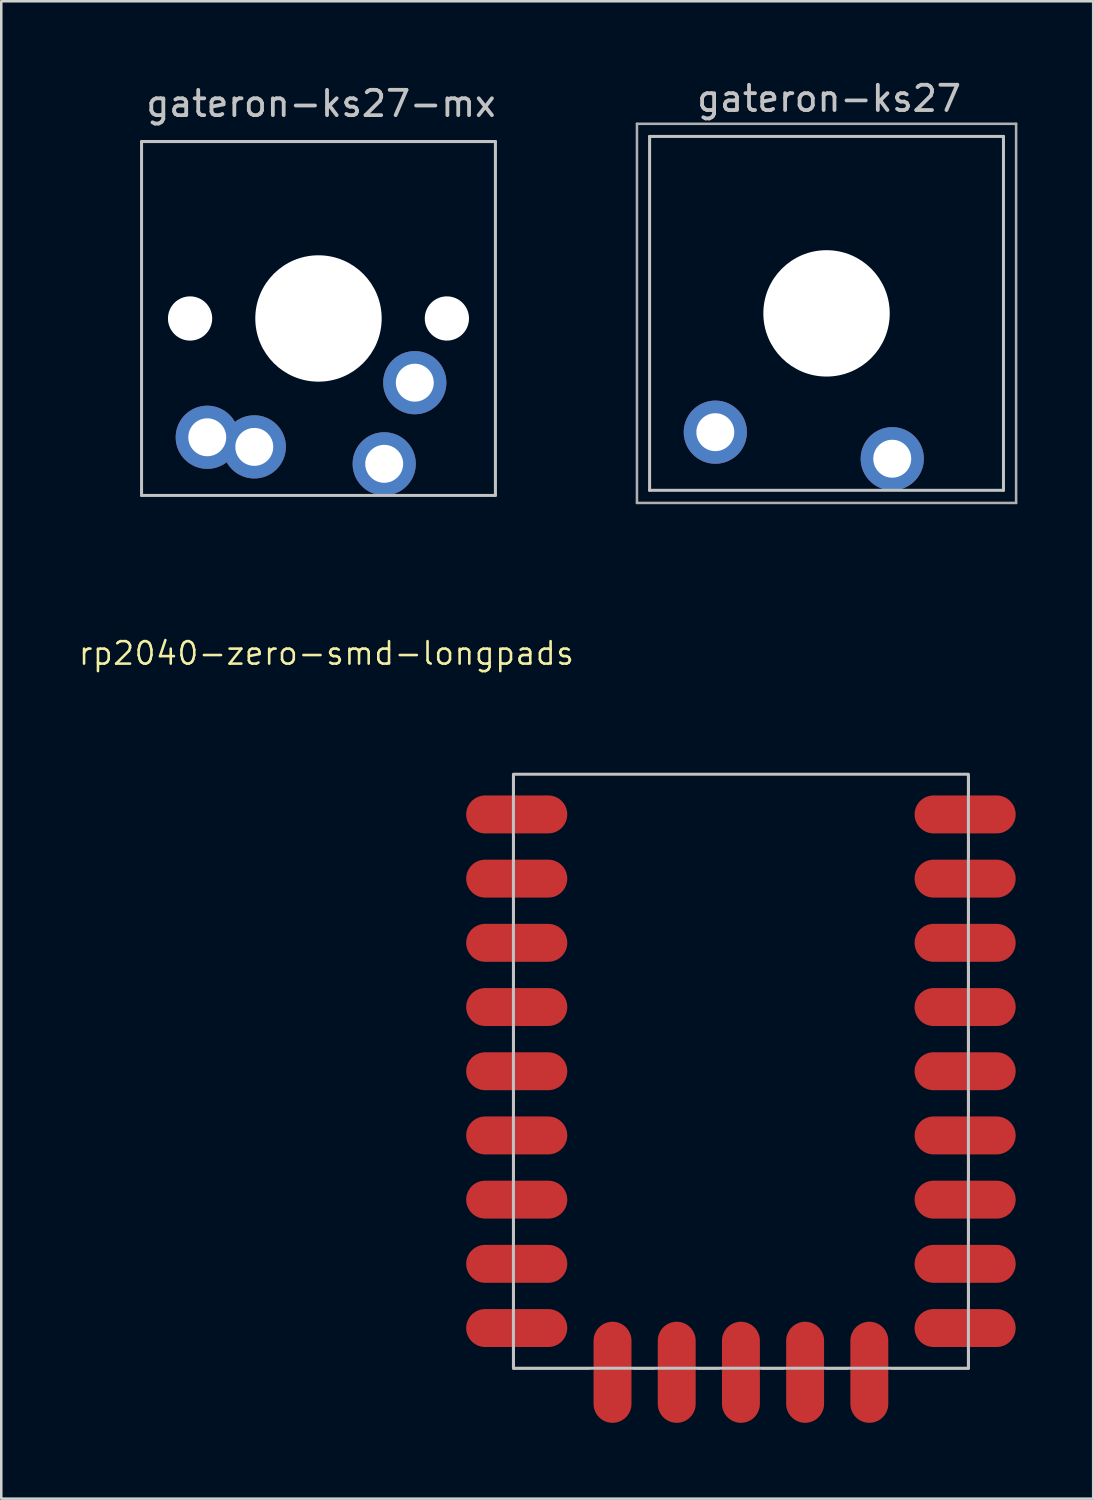
<source format=kicad_pcb>
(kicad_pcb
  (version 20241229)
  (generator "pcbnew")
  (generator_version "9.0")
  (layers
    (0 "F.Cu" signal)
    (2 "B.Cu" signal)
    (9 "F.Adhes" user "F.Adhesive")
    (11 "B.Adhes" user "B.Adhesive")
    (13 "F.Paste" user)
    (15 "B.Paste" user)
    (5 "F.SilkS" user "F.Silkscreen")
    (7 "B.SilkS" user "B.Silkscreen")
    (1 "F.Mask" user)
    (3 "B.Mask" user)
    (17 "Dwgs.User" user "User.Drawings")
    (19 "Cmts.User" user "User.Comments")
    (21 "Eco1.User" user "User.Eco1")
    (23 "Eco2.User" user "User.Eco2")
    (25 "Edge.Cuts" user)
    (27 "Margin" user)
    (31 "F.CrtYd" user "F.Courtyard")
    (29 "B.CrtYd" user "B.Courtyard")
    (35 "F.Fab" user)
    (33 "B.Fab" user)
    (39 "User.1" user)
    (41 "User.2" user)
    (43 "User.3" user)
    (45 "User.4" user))
  (footprint "gateron-ks27"
    (layer "F.Cu")
    (at 29.65 9.348)
    (property "Reference" "gateron-ks27" (at 0.1 -8.5 0) (unlocked yes) (layer "Dwgs.User") (effects (font (size 1 1) (thickness 0.15))))
    (attr through_hole)
    (fp_line (start -7 -7) (end -7 7) (stroke (width 0.12) (type solid)) (layer "Dwgs.User"))
    (fp_line (start -7 7) (end 7 7) (stroke (width 0.12) (type solid)) (layer "Dwgs.User"))
    (fp_line (start 7 -7) (end -7 -7) (stroke (width 0.12) (type solid)) (layer "Dwgs.User"))
    (fp_line (start 7 7) (end 7 -7) (stroke (width 0.12) (type solid)) (layer "Dwgs.User"))
    (fp_line (start -3.2 -6.3) (end -3.2 -3.1) (stroke (width 0.12) (type solid)) (layer "Eco2.User"))
    (fp_line (start 1.8 -6.3) (end -3.2 -6.3) (stroke (width 0.12) (type solid)) (layer "Eco2.User"))
    (fp_line (start 1.8 -6.3) (end 1.8 -3.1) (stroke (width 0.12) (type solid)) (layer "Eco2.User"))
    (fp_line (start 1.8 -3.1) (end -3.2 -3.1) (stroke (width 0.12) (type solid)) (layer "Eco2.User"))
    (fp_line (start -7.5 -7.5) (end -7.5 7.5) (stroke (width 0.1) (type solid)) (layer "F.Fab"))
    (fp_line (start -7.5 7.5) (end 7.5 7.5) (stroke (width 0.1) (type solid)) (layer "F.Fab"))
    (fp_line (start 7.5 -7.5) (end -7.5 -7.5) (stroke (width 0.1) (type solid)) (layer "F.Fab"))
    (fp_line (start 7.5 7.5) (end 7.5 -7.5) (stroke (width 0.1) (type solid)) (layer "F.Fab"))
    (pad "" np_thru_hole circle (at 0 0) (size 5 5) (drill 5) (layers "*.Cu" "*.Mask"))
    (pad "1" thru_hole circle (at 2.6 5.75) (size 2.5 2.5) (drill 1.5) (layers "*.Cu" "*.Mask"))
    (pad "2" thru_hole circle (at -4.4 4.7) (size 2.5 2.5) (drill 1.5) (layers "*.Cu" "*.Mask")))
  (footprint "rp2040-zero-smd-longpads"
    (layer "F.Cu")
    (at 26.263 39.331)
    (property "Reference" "rp2040-zero-smd-longpads" (at -16.399 -16.533 0) (layer "F.SilkS") (effects (font (size 0.889 0.889) (thickness 0.102))))
    (attr smd exclude_from_pos_files)
    (fp_line (start -9 -11.62) (end -9 -11) (stroke (width 0.1) (type default)) (layer "F.SilkS"))
    (fp_line (start -9 -9.25) (end -9 -8.5) (stroke (width 0.1) (type default)) (layer "F.SilkS"))
    (fp_line (start -9 -6.75) (end -9 -6) (stroke (width 0.1) (type default)) (layer "F.SilkS"))
    (fp_line (start -9 -4.15) (end -9 -3.4) (stroke (width 0.1) (type default)) (layer "F.SilkS"))
    (fp_line (start -9 -1.575) (end -9 -0.825) (stroke (width 0.1) (type default)) (layer "F.SilkS"))
    (fp_line (start -9 0.85) (end -9 1.6) (stroke (width 0.1) (type default)) (layer "F.SilkS"))
    (fp_line (start -9 3.45) (end -9 4.2) (stroke (width 0.1) (type default)) (layer "F.SilkS"))
    (fp_line (start -9 5.95) (end -9 6.7) (stroke (width 0.1) (type default)) (layer "F.SilkS"))
    (fp_line (start -9 8.55) (end -9 9.3) (stroke (width 0.1) (type default)) (layer "F.SilkS"))
    (fp_line (start -9 11) (end -9 11.75) (stroke (width 0.1) (type default)) (layer "F.SilkS"))
    (fp_line (start -9 11.75) (end -6 11.75) (stroke (width 0.1) (type default)) (layer "F.SilkS"))
    (fp_line (start -4.24 11.75) (end -3.43 11.75) (stroke (width 0.1) (type default)) (layer "F.SilkS"))
    (fp_line (start -1.7 11.75) (end -0.87 11.75) (stroke (width 0.1) (type default)) (layer "F.SilkS"))
    (fp_line (start 0.84 11.75) (end 1.69 11.75) (stroke (width 0.1) (type default)) (layer "F.SilkS"))
    (fp_line (start 3.38 11.75) (end 4.22 11.75) (stroke (width 0.1) (type default)) (layer "F.SilkS"))
    (fp_line (start 9 -11.66) (end 9 -11.02) (stroke (width 0.1) (type default)) (layer "F.SilkS"))
    (fp_line (start 9 -9.25) (end 9 -8.5) (stroke (width 0.1) (type default)) (layer "F.SilkS"))
    (fp_line (start 9 -6.75) (end 9 -6) (stroke (width 0.1) (type default)) (layer "F.SilkS"))
    (fp_line (start 9 -4.15) (end 9 -3.4) (stroke (width 0.1) (type default)) (layer "F.SilkS"))
    (fp_line (start 9 -1.6) (end 9 -0.85) (stroke (width 0.1) (type default)) (layer "F.SilkS"))
    (fp_line (start 9 0.85) (end 9 1.6) (stroke (width 0.1) (type default)) (layer "F.SilkS"))
    (fp_line (start 9 3.45) (end 9 4.2) (stroke (width 0.1) (type default)) (layer "F.SilkS"))
    (fp_line (start 9 5.95) (end 9 6.7) (stroke (width 0.1) (type default)) (layer "F.SilkS"))
    (fp_line (start 9 8.55) (end 9 9.3) (stroke (width 0.1) (type default)) (layer "F.SilkS"))
    (fp_line (start 9 11.05) (end 9 11.75) (stroke (width 0.1) (type default)) (layer "F.SilkS"))
    (fp_line (start 9 11.75) (end 5.96 11.75) (stroke (width 0.1) (type default)) (layer "F.SilkS"))
    (fp_rect (start -9 -11.75) (end 9 11.75) (stroke (width 0.12) (type solid)) (fill no) (layer "Dwgs.User"))
    (pad "1" smd oval (at 8.37 -10.16 180) (size 4 1.5) (drill (offset -0.5 0)) (layers "F.Cu" "F.Mask" "F.Paste"))
    (pad "2" smd oval (at 8.37 -7.62 180) (size 4 1.5) (drill (offset -0.5 0)) (layers "F.Cu" "F.Mask" "F.Paste"))
    (pad "3" smd oval (at 8.37 -5.08 180) (size 4 1.5) (drill (offset -0.5 0)) (layers "F.Cu" "F.Mask" "F.Paste"))
    (pad "4" smd oval (at 8.37 -2.54 180) (size 4 1.5) (drill (offset -0.5 0)) (layers "F.Cu" "F.Mask" "F.Paste"))
    (pad "5" smd oval (at 8.37 0 180) (size 4 1.5) (drill (offset -0.5 0)) (layers "F.Cu" "F.Mask" "F.Paste"))
    (pad "6" smd oval (at 8.37 2.54 180) (size 4 1.5) (drill (offset -0.5 0)) (layers "F.Cu" "F.Mask" "F.Paste"))
    (pad "7" smd oval (at 8.37 5.08 180) (size 4 1.5) (drill (offset -0.5 0)) (layers "F.Cu" "F.Mask" "F.Paste"))
    (pad "8" smd oval (at 8.37 7.62 180) (size 4 1.5) (drill (offset -0.5 0)) (layers "F.Cu" "F.Mask" "F.Paste"))
    (pad "9" smd oval (at 8.37 10.16 180) (size 4 1.5) (drill (offset -0.5 0)) (layers "F.Cu" "F.Mask" "F.Paste"))
    (pad "10" smd oval (at 5.08 11.41 90) (size 4 1.5) (drill (offset -0.5 0)) (layers "F.Cu" "F.Mask" "F.Paste"))
    (pad "11" smd oval (at 2.54 11.41 90) (size 4 1.5) (drill (offset -0.5 0)) (layers "F.Cu" "F.Mask" "F.Paste"))
    (pad "12" smd oval (at 0 11.41 90) (size 4 1.5) (drill (offset -0.5 0)) (layers "F.Cu" "F.Mask" "F.Paste"))
    (pad "13" smd oval (at -2.54 11.41 90) (size 4 1.5) (drill (offset -0.5 0)) (layers "F.Cu" "F.Mask" "F.Paste"))
    (pad "14" smd oval (at -5.08 11.41 90) (size 4 1.5) (drill (offset -0.5 0)) (layers "F.Cu" "F.Mask" "F.Paste"))
    (pad "15" smd oval (at -8.37 10.16) (size 4 1.5) (drill (offset -0.5 0)) (layers "F.Cu" "F.Mask" "F.Paste"))
    (pad "16" smd oval (at -8.37 7.62) (size 4 1.5) (drill (offset -0.5 0)) (layers "F.Cu" "F.Mask" "F.Paste"))
    (pad "17" smd oval (at -8.37 5.08) (size 4 1.5) (drill (offset -0.5 0)) (layers "F.Cu" "F.Mask" "F.Paste"))
    (pad "18" smd oval (at -8.37 2.54) (size 4 1.5) (drill (offset -0.5 0)) (layers "F.Cu" "F.Mask" "F.Paste"))
    (pad "19" smd oval (at -8.37 0) (size 4 1.5) (drill (offset -0.5 0)) (layers "F.Cu" "F.Mask" "F.Paste"))
    (pad "20" smd oval (at -8.37 -2.54) (size 4 1.5) (drill (offset -0.5 0)) (layers "F.Cu" "F.Mask" "F.Paste"))
    (pad "21" smd oval (at -8.37 -5.08) (size 4 1.5) (drill (offset -0.5 0)) (layers "F.Cu" "F.Mask" "F.Paste"))
    (pad "22" smd oval (at -8.37 -7.62) (size 4 1.5) (drill (offset -0.5 0)) (layers "F.Cu" "F.Mask" "F.Paste"))
    (pad "23" smd oval (at -8.37 -10.16) (size 4 1.5) (drill (offset -0.5 0)) (layers "F.Cu" "F.Mask" "F.Paste")))
  (footprint "gateron-ks27-mx"
    (layer "F.Cu")
    (at 9.55 9.55)
    (property "Reference" "gateron-ks27-mx" (at 0.1 -8.5 0) (unlocked yes) (layer "Dwgs.User") (effects (font (size 1 1) (thickness 0.15))))
    (attr through_hole)
    (fp_line (start -7 -7) (end -7 7) (stroke (width 0.12) (type solid)) (layer "Dwgs.User"))
    (fp_line (start -7 7) (end 7 7) (stroke (width 0.12) (type solid)) (layer "Dwgs.User"))
    (fp_line (start 7 -7) (end -7 -7) (stroke (width 0.12) (type solid)) (layer "Dwgs.User"))
    (fp_line (start 7 7) (end 7 -7) (stroke (width 0.12) (type solid)) (layer "Dwgs.User"))
    (fp_line (start -3.2 -6.3) (end -3.2 -3.1) (stroke (width 0.12) (type solid)) (layer "Eco2.User"))
    (fp_line (start 1.8 -6.3) (end -3.2 -6.3) (stroke (width 0.12) (type solid)) (layer "Eco2.User"))
    (fp_line (start 1.8 -6.3) (end 1.8 -3.1) (stroke (width 0.12) (type solid)) (layer "Eco2.User"))
    (fp_line (start 1.8 -3.1) (end -3.2 -3.1) (stroke (width 0.12) (type solid)) (layer "Eco2.User"))
    (fp_line (start -9.5 -9.5) (end -9.5 9.5) (stroke (width 0.1) (type dash)) (layer "User.2"))
    (fp_line (start -9.5 9.5) (end 9.5 9.5) (stroke (width 0.1) (type dash)) (layer "User.2"))
    (fp_line (start 9.5 -9.5) (end -9.5 -9.5) (stroke (width 0.1) (type dash)) (layer "User.2"))
    (fp_line (start 9.5 9.5) (end 9.5 -9.5) (stroke (width 0.1) (type dash)) (layer "User.2"))
    (pad "" np_thru_hole circle (at -5.08 0 180) (size 1.75 1.75) (drill 1.75) (layers "*.Cu" "*.Mask"))
    (pad "" np_thru_hole circle (at 0 0) (size 5 5) (drill 5) (layers "*.Cu" "*.Mask"))
    (pad "" np_thru_hole circle (at 5.08 0 180) (size 1.75 1.75) (drill 1.75) (layers "*.Cu" "*.Mask"))
    (pad "1" thru_hole circle (at 2.6 5.75) (size 2.5 2.5) (drill 1.5) (layers "*.Cu" "*.Mask"))
    (pad "1" thru_hole circle (at 3.81 2.54 180) (size 2.5 2.5) (drill 1.5) (layers "*.Cu" "*.Mask"))
    (pad "2" thru_hole circle (at -4.4 4.7) (size 2.5 2.5) (drill 1.5) (layers "*.Cu" "*.Mask"))
    (pad "2" thru_hole circle (at -2.54 5.08 180) (size 2.5 2.5) (drill 1.5) (layers "*.Cu" "*.Mask")))
  (gr_rect
    (start -3 -3)
    (end 40.2 56.241)
    (stroke (width 0.1) (type default))
    (fill no)
    (layer "Edge.Cuts")))
</source>
